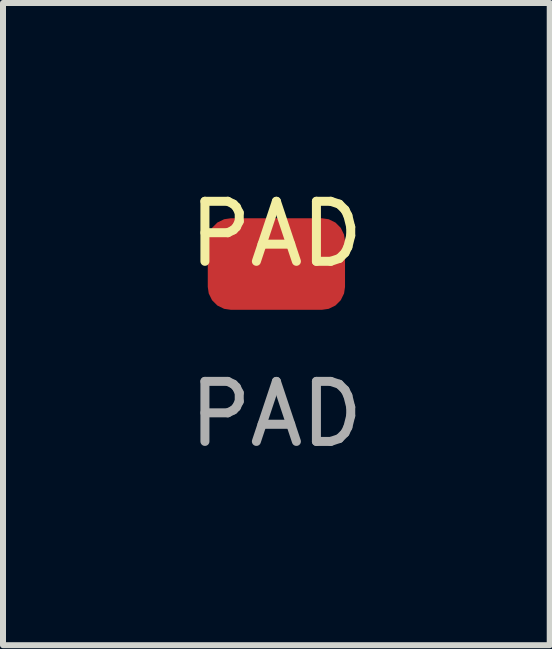
<source format=kicad_pcb>
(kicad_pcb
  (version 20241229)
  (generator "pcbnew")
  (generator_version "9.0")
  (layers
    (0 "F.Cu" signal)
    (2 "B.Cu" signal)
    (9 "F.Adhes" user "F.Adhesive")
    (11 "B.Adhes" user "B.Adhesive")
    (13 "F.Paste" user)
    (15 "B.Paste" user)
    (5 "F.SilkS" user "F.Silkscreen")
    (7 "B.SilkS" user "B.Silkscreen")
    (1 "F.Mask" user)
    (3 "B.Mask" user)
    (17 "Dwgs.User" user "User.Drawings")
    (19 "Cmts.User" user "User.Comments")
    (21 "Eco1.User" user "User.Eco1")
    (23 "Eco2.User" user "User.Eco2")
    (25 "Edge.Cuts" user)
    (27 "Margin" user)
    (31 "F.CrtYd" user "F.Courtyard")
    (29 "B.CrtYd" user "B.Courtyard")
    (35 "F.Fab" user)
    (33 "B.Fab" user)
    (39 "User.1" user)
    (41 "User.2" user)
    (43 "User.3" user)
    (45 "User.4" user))
  (footprint "PAD"
    (layer "F.Cu")
    (at 1.554 1.348)
    (property "Reference" "PAD" (at 0 -0.5 0) (unlocked yes) (layer "F.SilkS") (effects (font (size 1 1) (thickness 0.15))))
    (attr smd)
    (fp_text user "${REFERENCE}" (at 0 2.5 0) (unlocked yes) (layer "F.Fab") (effects (font (size 1 1) (thickness 0.15))))
    (pad "1" smd roundrect (at 0 0) (size 2.286 1.524) (layers "F.Cu" "F.Mask" "F.Paste") (roundrect_rratio 0.25)))
  (gr_rect
    (start -3 -3)
    (end 6.107 7.697)
    (stroke (width 0.1) (type default))
    (fill no)
    (layer "Edge.Cuts")))
</source>
